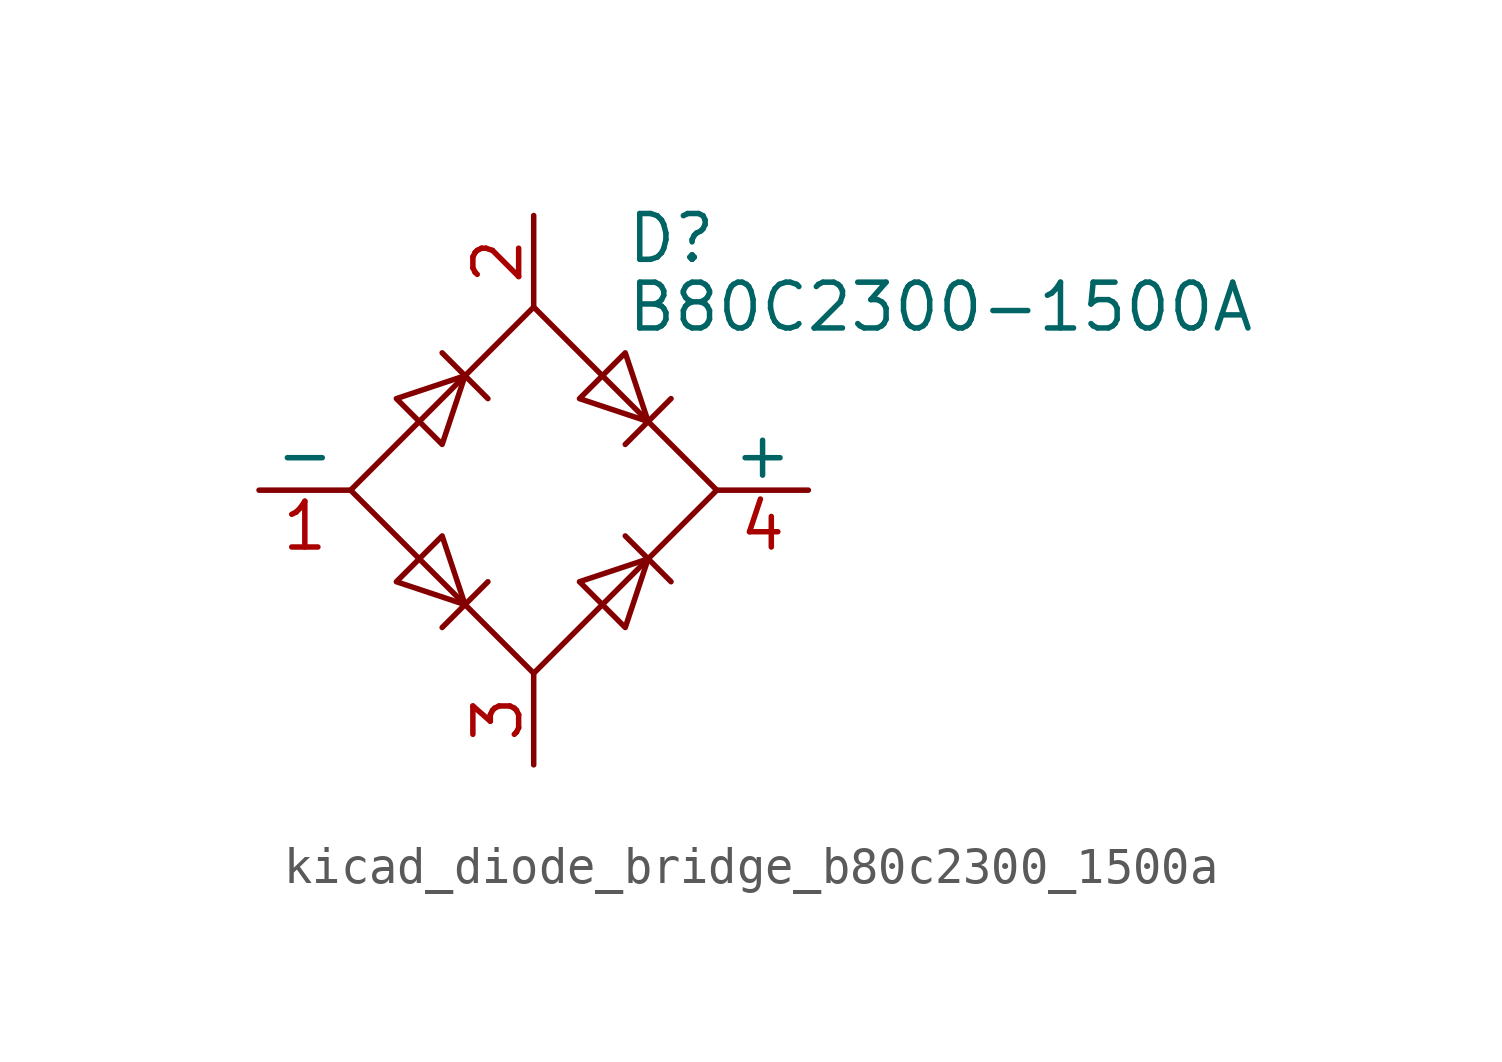
<source format=kicad_sym>
(kicad_symbol_lib
  (version 20220914)
  (generator kicad_symbol_editor)
  (symbol "kicad_diode_bridge_b80c2300_1500a"
    (pin_names
      (offset 0))
    (property "Reference" "D"
      (at 2.54 6.985 0)
      (effects (font (size 1.27 1.27)) (justify left)))
    (property "Value" "B80C2300-1500A"
      (at 2.54 5.08 0)
      (effects (font (size 1.27 1.27)) (justify left)))
    (symbol "kicad_diode_bridge_b80c2300_1500a_0_1"
      (polyline (pts (xy -2.54 3.81) (xy -1.27 2.54)) (stroke (width 0) (type default)) (fill (type none)))
      (polyline (pts (xy -1.27 -2.54) (xy -2.54 -3.81)) (stroke (width 0) (type default)) (fill (type none)))
      (polyline (pts (xy 2.54 -1.27) (xy 3.81 -2.54)) (stroke (width 0) (type default)) (fill (type none)))
      (polyline (pts (xy 2.54 1.27) (xy 3.81 2.54)) (stroke (width 0) (type default)) (fill (type none)))
      (polyline (pts (xy -3.81 2.54) (xy -2.54 1.27) (xy -1.905 3.175) (xy -3.81 2.54)) (stroke (width 0) (type default)) (fill (type none)))
      (polyline (pts (xy -2.54 -1.27) (xy -3.81 -2.54) (xy -1.905 -3.175) (xy -2.54 -1.27)) (stroke (width 0) (type default)) (fill (type none)))
      (polyline (pts (xy 1.27 2.54) (xy 2.54 3.81) (xy 3.175 1.905) (xy 1.27 2.54)) (stroke (width 0) (type default)) (fill (type none)))
      (polyline (pts (xy 3.175 -1.905) (xy 1.27 -2.54) (xy 2.54 -3.81) (xy 3.175 -1.905)) (stroke (width 0) (type default)) (fill (type none)))
      (polyline (pts (xy -5.08 0) (xy 0 -5.08) (xy 5.08 0) (xy 0 5.08) (xy -5.08 0)) (stroke (width 0) (type default)) (fill (type none))))
    (symbol "kicad_diode_bridge_b80c2300_1500a_1_1"
      (pin passive line (at -7.62 0 0) (length 2.54) (name "-" (effects (font (size 1.27 1.27)))) (number "1" (effects (font (size 1.27 1.27)))))
      (pin passive line (at 0 7.62 270) (length 2.54) (name "~" (effects (font (size 1.27 1.27)))) (number "2" (effects (font (size 1.27 1.27)))))
      (pin passive line (at 0 -7.62 90) (length 2.54) (name "~" (effects (font (size 1.27 1.27)))) (number "3" (effects (font (size 1.27 1.27)))))
      (pin passive line (at 7.62 0 180) (length 2.54) (name "+" (effects (font (size 1.27 1.27)))) (number "4" (effects (font (size 1.27 1.27))))))))
</source>
